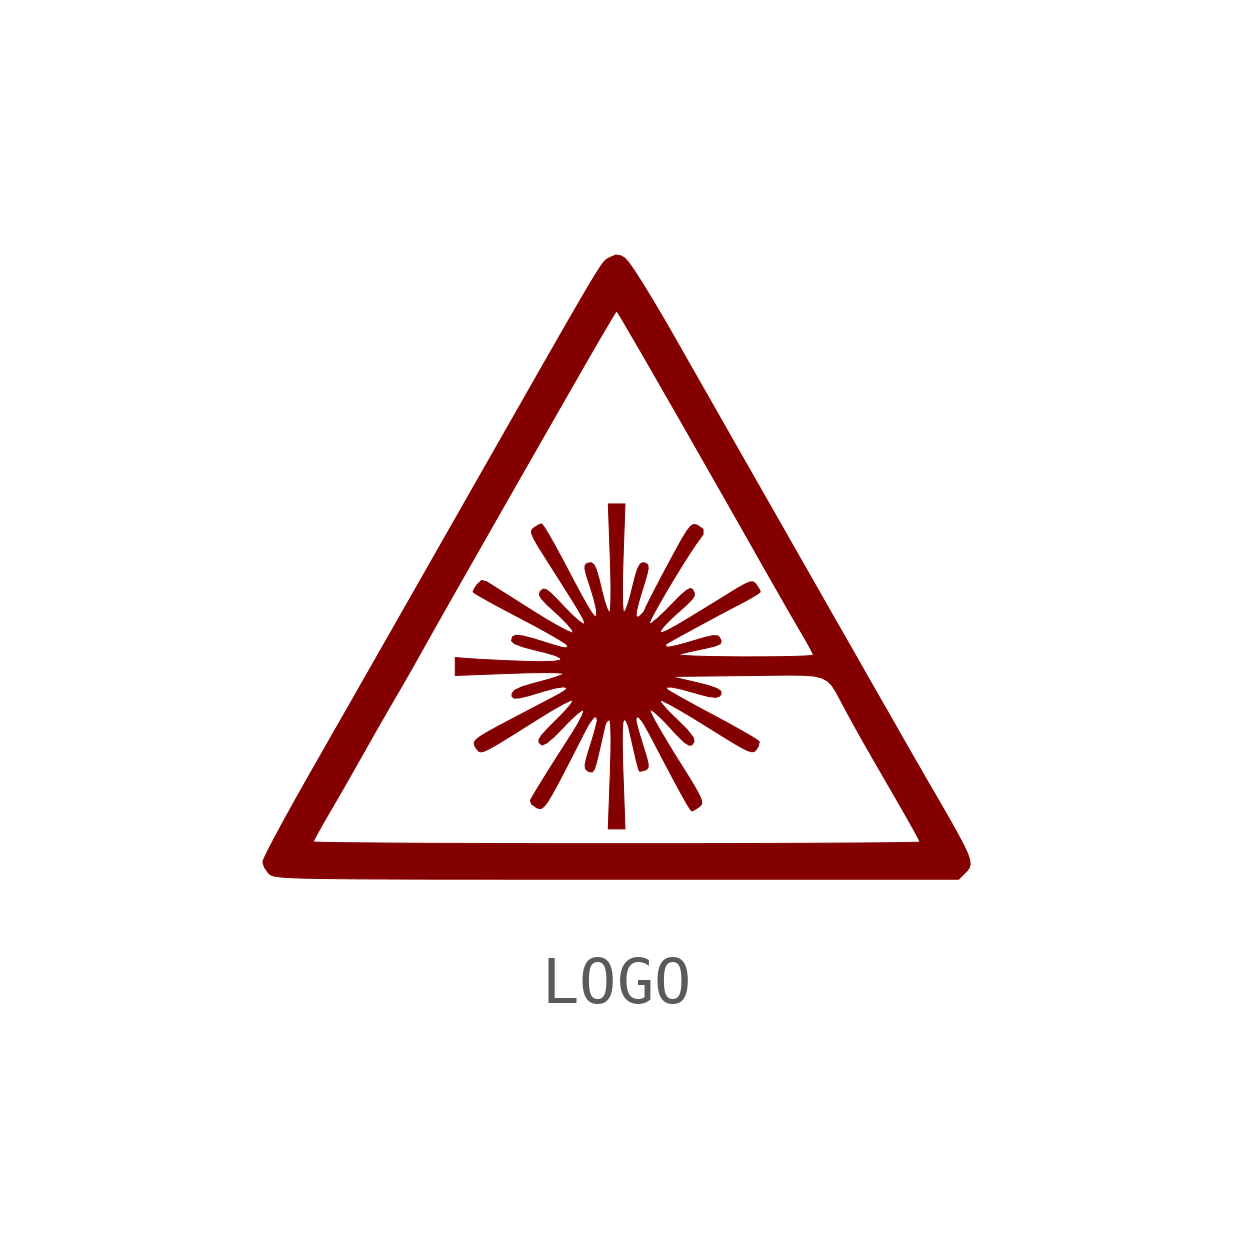
<source format=kicad_sym>
(kicad_symbol_lib
  (version 20220914)
  (generator bitmap2component)
  (symbol "LOGO"
    (pin_names
      (offset 1.016))
    (property "Reference" "#G"
      (at 0 5.838 0)
      (effects (font (size 1.27 1.27)) hide))
    (symbol "LOGO_0_0"
      (polyline (pts (xy 7.281 -6.405) (xy 7.335 -6.349) (xy 7.375 -6.291) (xy 7.392 -6.222) (xy 7.382 -6.131) (xy 7.34 -6.005) (xy 7.261 -5.833) (xy 7.139 -5.603) (xy 6.971 -5.301) (xy 6.75 -4.917) (xy 6.472 -4.439) (xy 6.459 -4.416) (xy 6.375 -4.269) (xy 6.235 -4.026) (xy 6.045 -3.694) (xy 5.811 -3.283) (xy 5.535 -2.801) (xy 5.224 -2.256) (xy 4.883 -1.656) (xy 4.514 -1.011) (xy 4.125 -0.328) (xy 3.719 0.384) (xy 3.302 1.117) (xy 2.877 1.862) (xy 2.45 2.611) (xy 2.027 3.356) (xy 1.61 4.087) (xy 1.206 4.798) (xy 1.011 5.137) (xy 0.776 5.534) (xy 0.57 5.871) (xy 0.401 6.135) (xy 0.275 6.314) (xy 0.2 6.397) (xy 0.123 6.443) (xy 0.017 6.463) (xy -0.114 6.407) (xy -0.125 6.4) (xy -0.153 6.386) (xy -0.178 6.37) (xy -0.207 6.346) (xy -0.242 6.307) (xy -0.287 6.247) (xy -0.346 6.158) (xy -0.423 6.035) (xy -0.523 5.871) (xy -0.648 5.659) (xy -0.804 5.392) (xy -0.993 5.064) (xy -1.219 4.669) (xy -1.488 4.2) (xy -1.801 3.65) (xy -2.165 3.012) (xy -2.581 2.281) (xy -3.055 1.449) (xy -3.198 1.197) (xy -3.599 0.493) (xy -4.005 -0.22) (xy -4.408 -0.927) (xy -4.8 -1.615) (xy -5.172 -2.268) (xy -5.517 -2.873) (xy -5.826 -3.414) (xy -6.09 -3.877) (xy -6.301 -4.247) (xy -6.481 -4.564) (xy -6.713 -4.977) (xy -6.918 -5.35) (xy -7.09 -5.67) (xy -7.137 -5.758) (xy -6.288 -5.758) (xy -6.271 -5.717) (xy -6.202 -5.587) (xy -6.094 -5.392) (xy -5.958 -5.157) (xy -5.871 -5.008) (xy -5.709 -4.729) (xy -5.563 -4.474) (xy -5.455 -4.285) (xy -5.365 -4.125) (xy -5.118 -3.688) (xy -4.908 -3.318) (xy -4.715 -2.983) (xy -4.522 -2.651) (xy -4.472 -2.565) (xy -4.299 -2.265) (xy -4.128 -1.963) (xy -3.988 -1.713) (xy -3.981 -1.699) (xy -3.889 -1.535) (xy -3.745 -1.279) (xy -3.554 -0.942) (xy -3.324 -0.536) (xy -3.061 -0.074) (xy -2.773 0.432) (xy -2.467 0.97) (xy -2.149 1.528) (xy -1.827 2.092) (xy -1.507 2.652) (xy -1.197 3.194) (xy -0.904 3.706) (xy -0.634 4.177) (xy -0.57 4.289) (xy -0.383 4.612) (xy -0.22 4.89) (xy -0.091 5.109) (xy -0.004 5.251) (xy 0.031 5.302) (xy 0.065 5.251) (xy 0.154 5.103) (xy 0.293 4.866) (xy 0.476 4.552) (xy 0.698 4.168) (xy 0.952 3.725) (xy 1.235 3.233) (xy 1.539 2.701) (xy 1.859 2.139) (xy 2.191 1.557) (xy 2.528 0.964) (xy 2.865 0.37) (xy 3.026 0.084) (xy 3.251 -0.31) (xy 3.461 -0.679) (xy 3.645 -1) (xy 3.792 -1.254) (xy 3.89 -1.422) (xy 3.913 -1.46) (xy 4.023 -1.653) (xy 4.101 -1.799) (xy 4.13 -1.869) (xy 4.099 -1.877) (xy 3.962 -1.887) (xy 3.73 -1.896) (xy 3.421 -1.902) (xy 3.05 -1.905) (xy 2.635 -1.906) (xy 2.331 -1.903) (xy 1.958 -1.898) (xy 1.659 -1.889) (xy 1.445 -1.878) (xy 1.33 -1.866) (xy 1.325 -1.852) (xy 1.422 -1.828) (xy 1.633 -1.779) (xy 1.865 -1.73) (xy 1.876 -1.727) (xy 2.081 -1.679) (xy 2.186 -1.634) (xy 2.208 -1.578) (xy 2.168 -1.494) (xy 2.133 -1.468) (xy 2.038 -1.464) (xy 1.871 -1.5) (xy 1.61 -1.577) (xy 1.512 -1.607) (xy 1.294 -1.667) (xy 1.135 -1.7) (xy 1.064 -1.701) (xy 1.06 -1.697) (xy 1.053 -1.642) (xy 1.071 -1.63) (xy 1.18 -1.567) (xy 1.363 -1.465) (xy 1.599 -1.336) (xy 1.865 -1.192) (xy 2.136 -1.046) (xy 2.39 -0.911) (xy 2.604 -0.8) (xy 2.645 -0.779) (xy 2.835 -0.675) (xy 2.97 -0.594) (xy 3.021 -0.551) (xy 3.003 -0.505) (xy 2.937 -0.401) (xy 2.917 -0.377) (xy 2.872 -0.344) (xy 2.805 -0.346) (xy 2.698 -0.392) (xy 2.527 -0.489) (xy 2.274 -0.645) (xy 2.166 -0.712) (xy 1.783 -0.948) (xy 1.49 -1.126) (xy 1.274 -1.254) (xy 1.123 -1.337) (xy 1.024 -1.384) (xy 0.967 -1.399) (xy 0.938 -1.391) (xy 0.937 -1.378) (xy 0.988 -1.297) (xy 1.109 -1.166) (xy 1.279 -1.006) (xy 1.294 -0.993) (xy 1.486 -0.822) (xy 1.598 -0.709) (xy 1.647 -0.632) (xy 1.646 -0.57) (xy 1.609 -0.501) (xy 1.569 -0.48) (xy 1.486 -0.521) (xy 1.352 -0.637) (xy 1.153 -0.84) (xy 1.048 -0.948) (xy 0.886 -1.101) (xy 0.765 -1.198) (xy 0.707 -1.221) (xy 0.706 -1.218) (xy 0.733 -1.145) (xy 0.811 -0.992) (xy 0.929 -0.78) (xy 1.074 -0.529) (xy 1.234 -0.262) (xy 1.396 0.002) (xy 1.548 0.241) (xy 1.676 0.434) (xy 1.769 0.56) (xy 1.831 0.652) (xy 1.829 0.753) (xy 1.711 0.834) (xy 1.676 0.847) (xy 1.625 0.848) (xy 1.569 0.811) (xy 1.499 0.723) (xy 1.403 0.568) (xy 1.272 0.333) (xy 1.094 0.003) (xy 0.982 -0.208) (xy 0.837 -0.484) (xy 0.721 -0.71) (xy 0.644 -0.865) (xy 0.617 -0.93) (xy 0.601 -0.966) (xy 0.524 -1.048) (xy 0.474 -1.081) (xy 0.437 -1.063) (xy 0.441 -0.961) (xy 0.489 -0.763) (xy 0.58 -0.461) (xy 0.596 -0.411) (xy 0.661 -0.192) (xy 0.688 -0.059) (xy 0.678 0.011) (xy 0.636 0.044) (xy 0.579 0.056) (xy 0.522 0.027) (xy 0.47 -0.067) (xy 0.414 -0.245) (xy 0.345 -0.525) (xy 0.333 -0.575) (xy 0.274 -0.784) (xy 0.22 -0.931) (xy 0.18 -0.986) (xy 0.167 -0.948) (xy 0.155 -0.802) (xy 0.151 -0.56) (xy 0.154 -0.239) (xy 0.164 0.146) (xy 0.204 1.279) (xy 0.031 1.279) (xy -0.142 1.279) (xy -0.101 0.146) (xy -0.092 -0.137) (xy -0.086 -0.489) (xy -0.089 -0.757) (xy -0.099 -0.927) (xy -0.117 -0.986) (xy -0.126 -0.982) (xy -0.17 -0.899) (xy -0.226 -0.732) (xy -0.283 -0.509) (xy -0.336 -0.287) (xy -0.393 -0.09) (xy -0.445 0.018) (xy -0.504 0.056) (xy -0.579 0.042) (xy -0.585 0.04) (xy -0.624 0.004) (xy -0.629 -0.072) (xy -0.595 -0.213) (xy -0.519 -0.444) (xy -0.508 -0.478) (xy -0.439 -0.708) (xy -0.394 -0.901) (xy -0.383 -1.017) (xy -0.387 -1.037) (xy -0.404 -1.068) (xy -0.437 -1.054) (xy -0.492 -0.983) (xy -0.577 -0.845) (xy -0.698 -0.63) (xy -0.861 -0.326) (xy -1.073 0.077) (xy -1.135 0.192) (xy -1.279 0.457) (xy -1.401 0.67) (xy -1.489 0.811) (xy -1.533 0.863) (xy -1.582 0.847) (xy -1.689 0.783) (xy -1.705 0.771) (xy -1.74 0.726) (xy -1.738 0.661) (xy -1.693 0.555) (xy -1.596 0.388) (xy -1.439 0.138) (xy -1.205 -0.23) (xy -1.001 -0.552) (xy -0.85 -0.794) (xy -0.745 -0.968) (xy -0.68 -1.085) (xy -0.646 -1.159) (xy -0.638 -1.2) (xy -0.647 -1.222) (xy -0.669 -1.22) (xy -0.762 -1.155) (xy -0.905 -1.025) (xy -1.078 -0.848) (xy -1.206 -0.713) (xy -1.348 -0.572) (xy -1.44 -0.503) (xy -1.5 -0.494) (xy -1.548 -0.532) (xy -1.564 -0.553) (xy -1.577 -0.613) (xy -1.536 -0.691) (xy -1.428 -0.808) (xy -1.238 -0.982) (xy -1.167 -1.046) (xy -1.008 -1.206) (xy -0.901 -1.333) (xy -0.87 -1.402) (xy -0.892 -1.406) (xy -1.002 -1.363) (xy -1.189 -1.265) (xy -1.436 -1.123) (xy -1.726 -0.943) (xy -1.897 -0.835) (xy -2.174 -0.66) (xy -2.409 -0.511) (xy -2.581 -0.402) (xy -2.67 -0.347) (xy -2.685 -0.338) (xy -2.782 -0.316) (xy -2.87 -0.397) (xy -2.927 -0.48) (xy -2.959 -0.551) (xy -2.914 -0.585) (xy -2.776 -0.666) (xy -2.562 -0.786) (xy -2.288 -0.933) (xy -1.973 -1.099) (xy -1.681 -1.253) (xy -1.403 -1.406) (xy -1.183 -1.533) (xy -1.038 -1.624) (xy -0.987 -1.669) (xy -0.987 -1.674) (xy -0.996 -1.708) (xy -1.037 -1.719) (xy -1.13 -1.702) (xy -1.298 -1.653) (xy -1.561 -1.571) (xy -1.689 -1.531) (xy -1.921 -1.47) (xy -2.064 -1.455) (xy -2.137 -1.488) (xy -2.158 -1.569) (xy -2.099 -1.627) (xy -1.927 -1.694) (xy -1.654 -1.766) (xy -1.473 -1.809) (xy -1.241 -1.877) (xy -1.131 -1.932) (xy -1.141 -1.972) (xy -1.272 -1.997) (xy -1.522 -2.006) (xy -1.892 -1.998) (xy -2.216 -1.986) (xy -2.54 -1.971) (xy -2.816 -1.957) (xy -3.006 -1.945) (xy -3.329 -1.92) (xy -3.329 -2.106) (xy -3.329 -2.292) (xy -2.173 -2.248) (xy -1.814 -2.237) (xy -1.498 -2.232) (xy -1.258 -2.234) (xy -1.109 -2.243) (xy -1.068 -2.258) (xy -1.082 -2.268) (xy -1.195 -2.314) (xy -1.385 -2.374) (xy -1.623 -2.438) (xy -1.692 -2.456) (xy -1.945 -2.532) (xy -2.092 -2.601) (xy -2.147 -2.67) (xy -2.147 -2.729) (xy -2.103 -2.764) (xy -1.994 -2.76) (xy -1.802 -2.714) (xy -1.512 -2.627) (xy -1.472 -2.614) (xy -1.241 -2.553) (xy -1.081 -2.53) (xy -1.006 -2.544) (xy -1.026 -2.593) (xy -1.154 -2.675) (xy -1.274 -2.739) (xy -1.475 -2.845) (xy -1.73 -2.978) (xy -2.009 -3.125) (xy -2.11 -3.178) (xy -2.435 -3.349) (xy -2.667 -3.477) (xy -2.819 -3.57) (xy -2.905 -3.64) (xy -2.936 -3.695) (xy -2.928 -3.747) (xy -2.892 -3.805) (xy -2.866 -3.842) (xy -2.835 -3.874) (xy -2.792 -3.884) (xy -2.724 -3.867) (xy -2.616 -3.817) (xy -2.458 -3.727) (xy -2.234 -3.59) (xy -1.932 -3.401) (xy -1.538 -3.153) (xy -1.537 -3.153) (xy -1.293 -3.004) (xy -1.087 -2.889) (xy -0.941 -2.817) (xy -0.876 -2.802) (xy -0.876 -2.818) (xy -0.931 -2.905) (xy -1.052 -3.045) (xy -1.219 -3.216) (xy -1.402 -3.397) (xy -1.53 -3.538) (xy -1.587 -3.63) (xy -1.584 -3.69) (xy -1.53 -3.737) (xy -1.519 -3.74) (xy -1.427 -3.698) (xy -1.274 -3.57) (xy -1.074 -3.366) (xy -0.981 -3.268) (xy -0.824 -3.118) (xy -0.709 -3.026) (xy -0.654 -3.009) (xy -0.652 -3.019) (xy -0.68 -3.114) (xy -0.761 -3.274) (xy -0.88 -3.473) (xy -0.974 -3.62) (xy -1.228 -4.017) (xy -1.44 -4.354) (xy -1.604 -4.619) (xy -1.714 -4.804) (xy -1.764 -4.896) (xy -1.742 -4.966) (xy -1.64 -5.041) (xy -1.614 -5.053) (xy -1.569 -5.064) (xy -1.525 -5.054) (xy -1.473 -5.01) (xy -1.407 -4.922) (xy -1.32 -4.779) (xy -1.205 -4.57) (xy -1.055 -4.284) (xy -0.863 -3.91) (xy -0.622 -3.437) (xy -0.547 -3.301) (xy -0.454 -3.175) (xy -0.393 -3.145) (xy -0.371 -3.221) (xy -0.372 -3.232) (xy -0.397 -3.344) (xy -0.449 -3.532) (xy -0.519 -3.761) (xy -0.531 -3.799) (xy -0.598 -4.021) (xy -0.626 -4.158) (xy -0.617 -4.234) (xy -0.576 -4.275) (xy -0.532 -4.297) (xy -0.477 -4.301) (xy -0.434 -4.246) (xy -0.391 -4.11) (xy -0.335 -3.875) (xy -0.291 -3.682) (xy -0.245 -3.477) (xy -0.215 -3.345) (xy -0.181 -3.258) (xy -0.121 -3.206) (xy -0.111 -3.216) (xy -0.093 -3.327) (xy -0.086 -3.555) (xy -0.088 -3.896) (xy -0.102 -4.346) (xy -0.143 -5.487) (xy 0.031 -5.487) (xy 0.204 -5.487) (xy 0.163 -4.346) (xy 0.156 -4.145) (xy 0.148 -3.74) (xy 0.149 -3.446) (xy 0.161 -3.267) (xy 0.183 -3.206) (xy 0.228 -3.236) (xy 0.276 -3.345) (xy 0.3 -3.451) (xy 0.345 -3.647) (xy 0.397 -3.875) (xy 0.442 -4.068) (xy 0.482 -4.219) (xy 0.505 -4.283) (xy 0.53 -4.286) (xy 0.626 -4.261) (xy 0.649 -4.251) (xy 0.685 -4.213) (xy 0.687 -4.136) (xy 0.653 -3.994) (xy 0.581 -3.761) (xy 0.566 -3.712) (xy 0.498 -3.489) (xy 0.451 -3.314) (xy 0.432 -3.221) (xy 0.443 -3.155) (xy 0.495 -3.162) (xy 0.585 -3.278) (xy 0.71 -3.499) (xy 0.73 -3.537) (xy 0.995 -4.043) (xy 1.207 -4.444) (xy 1.371 -4.747) (xy 1.488 -4.955) (xy 1.563 -5.076) (xy 1.598 -5.115) (xy 1.646 -5.094) (xy 1.751 -5.024) (xy 1.789 -4.988) (xy 1.804 -4.941) (xy 1.788 -4.867) (xy 1.735 -4.751) (xy 1.637 -4.577) (xy 1.487 -4.331) (xy 1.277 -3.997) (xy 1.105 -3.717) (xy 0.943 -3.445) (xy 0.818 -3.223) (xy 0.741 -3.07) (xy 0.72 -3.002) (xy 0.737 -3.001) (xy 0.821 -3.057) (xy 0.957 -3.181) (xy 1.123 -3.354) (xy 1.301 -3.546) (xy 1.445 -3.685) (xy 1.54 -3.745) (xy 1.601 -3.736) (xy 1.643 -3.667) (xy 1.624 -3.584) (xy 1.506 -3.43) (xy 1.286 -3.211) (xy 1.21 -3.139) (xy 1.056 -2.982) (xy 0.958 -2.864) (xy 0.935 -2.807) (xy 0.989 -2.821) (xy 1.132 -2.892) (xy 1.345 -3.011) (xy 1.612 -3.169) (xy 1.914 -3.356) (xy 2.176 -3.52) (xy 2.443 -3.684) (xy 2.634 -3.795) (xy 2.763 -3.858) (xy 2.846 -3.882) (xy 2.898 -3.873) (xy 2.934 -3.838) (xy 2.98 -3.763) (xy 3 -3.674) (xy 2.966 -3.644) (xy 2.838 -3.562) (xy 2.632 -3.443) (xy 2.368 -3.295) (xy 2.062 -3.131) (xy 1.831 -3.008) (xy 1.548 -2.854) (xy 1.315 -2.725) (xy 1.154 -2.632) (xy 1.082 -2.585) (xy 1.075 -2.578) (xy 1.073 -2.535) (xy 1.177 -2.534) (xy 1.381 -2.576) (xy 1.675 -2.658) (xy 1.72 -2.672) (xy 1.954 -2.733) (xy 2.099 -2.748) (xy 2.175 -2.72) (xy 2.205 -2.682) (xy 2.2 -2.62) (xy 2.112 -2.562) (xy 1.928 -2.499) (xy 1.634 -2.426) (xy 1.141 -2.312) (xy 2.742 -2.295) (xy 2.776 -2.295) (xy 3.261 -2.288) (xy 3.64 -2.284) (xy 3.929 -2.288) (xy 4.144 -2.305) (xy 4.303 -2.343) (xy 4.42 -2.405) (xy 4.513 -2.498) (xy 4.597 -2.628) (xy 4.689 -2.8) (xy 4.806 -3.02) (xy 4.818 -3.042) (xy 4.908 -3.208) (xy 4.99 -3.357) (xy 5.073 -3.507) (xy 5.168 -3.675) (xy 5.284 -3.878) (xy 5.432 -4.135) (xy 5.622 -4.464) (xy 5.863 -4.881) (xy 5.965 -5.059) (xy 6.118 -5.328) (xy 6.24 -5.547) (xy 6.321 -5.697) (xy 6.35 -5.76) (xy 6.315 -5.764) (xy 6.166 -5.768) (xy 5.908 -5.773) (xy 5.549 -5.777) (xy 5.098 -5.781) (xy 4.562 -5.784) (xy 3.95 -5.787) (xy 3.27 -5.79) (xy 2.53 -5.792) (xy 1.738 -5.794) (xy 0.902 -5.795) (xy 0.031 -5.795) (xy -0.637 -5.795) (xy -1.482 -5.794) (xy -2.285 -5.793) (xy -3.038 -5.79) (xy -3.734 -5.788) (xy -4.362 -5.785) (xy -4.917 -5.781) (xy -5.389 -5.777) (xy -5.77 -5.773) (xy -6.053 -5.768) (xy -6.228 -5.763) (xy -6.288 -5.758) (xy -7.137 -5.758) (xy -7.222 -5.922) (xy -7.307 -6.095) (xy -7.336 -6.174) (xy -7.305 -6.281) (xy -7.213 -6.412) (xy -7.205 -6.419) (xy -7.183 -6.437) (xy -7.152 -6.453) (xy -7.106 -6.468) (xy -7.037 -6.48) (xy -6.939 -6.491) (xy -6.806 -6.5) (xy -6.63 -6.508) (xy -6.405 -6.514) (xy -6.125 -6.52) (xy -5.781 -6.524) (xy -5.368 -6.528) (xy -4.879 -6.53) (xy -4.307 -6.532) (xy -3.646 -6.534) (xy -2.888 -6.534) (xy -2.027 -6.535) (xy -1.056 -6.535) (xy 0.031 -6.535) (xy 7.151 -6.535) (xy 7.281 -6.405)) (stroke (width 0.01) (type default)) (fill (type outline))))))
</source>
